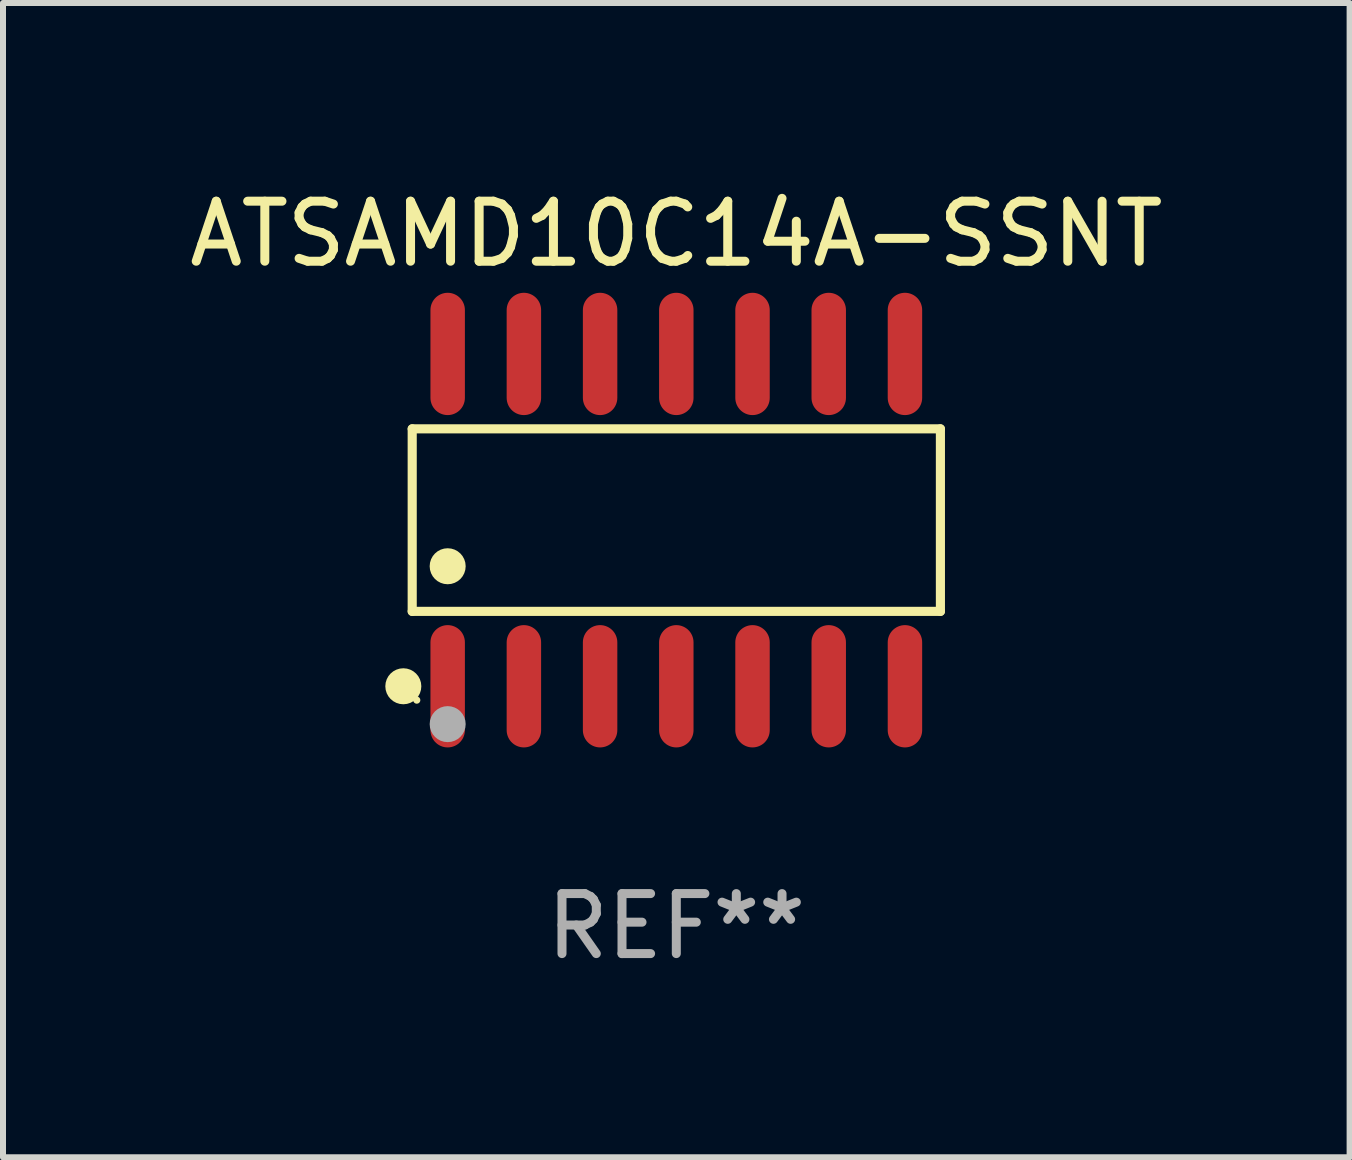
<source format=kicad_pcb>
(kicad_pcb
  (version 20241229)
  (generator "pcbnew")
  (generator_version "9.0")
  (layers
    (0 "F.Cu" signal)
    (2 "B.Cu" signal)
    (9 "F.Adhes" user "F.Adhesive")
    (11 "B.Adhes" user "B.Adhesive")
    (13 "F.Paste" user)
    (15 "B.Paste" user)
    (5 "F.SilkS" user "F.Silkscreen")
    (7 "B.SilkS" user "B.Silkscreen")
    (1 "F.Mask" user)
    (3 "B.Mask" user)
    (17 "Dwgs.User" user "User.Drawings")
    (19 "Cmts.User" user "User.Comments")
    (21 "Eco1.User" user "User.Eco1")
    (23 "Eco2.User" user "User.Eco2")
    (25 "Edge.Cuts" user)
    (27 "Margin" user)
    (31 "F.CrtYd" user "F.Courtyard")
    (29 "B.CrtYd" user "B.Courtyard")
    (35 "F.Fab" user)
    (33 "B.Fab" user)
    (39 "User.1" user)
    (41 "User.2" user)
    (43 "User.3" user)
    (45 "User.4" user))
  (footprint "ATSAMD10C14A-SSNT"
    (layer "F.Cu")
    (at 8.22 5.617)
    (property "Reference" "ATSAMD10C14A-SSNT" (at 0 -4.769 0) (layer "F.SilkS") (effects (font (size 1 1) (thickness 0.15))))
    (attr through_hole)
    (fp_line (start -4.401 -1.521) (end 4.401 -1.521) (stroke (width 0.152) (type solid)) (layer "F.SilkS"))
    (fp_line (start -4.401 1.521) (end -4.401 -1.521) (stroke (width 0.152) (type solid)) (layer "F.SilkS"))
    (fp_line (start 4.401 -1.521) (end 4.401 1.521) (stroke (width 0.152) (type solid)) (layer "F.SilkS"))
    (fp_line (start 4.401 1.521) (end -4.401 1.521) (stroke (width 0.152) (type solid)) (layer "F.SilkS"))
    (fp_circle (center -4.549 2.769) (end -4.399 2.769) (stroke (width 0.3) (type solid)) (fill no) (layer "F.SilkS"))
    (fp_circle (center -4.325 3) (end -4.295 3) (stroke (width 0.06) (type solid)) (fill no) (layer "F.SilkS"))
    (fp_circle (center -3.81 0.769) (end -3.66 0.769) (stroke (width 0.3) (type solid)) (fill no) (layer "F.SilkS"))
    (fp_circle (center -3.81 3.4) (end -3.66 3.4) (stroke (width 0.3) (type solid)) (fill no) (layer "F.Fab"))
    (fp_text user "REF**" (at 0 6.769 0) (layer "F.Fab") (effects (font (size 1 1) (thickness 0.15))))
    (pad "1" smd oval (at -3.81 2.769) (size 0.574 2.038) (layers "F.Cu" "F.Mask" "F.Paste"))
    (pad "2" smd oval (at -2.54 2.769) (size 0.574 2.038) (layers "F.Cu" "F.Mask" "F.Paste"))
    (pad "3" smd oval (at -1.27 2.769) (size 0.574 2.038) (layers "F.Cu" "F.Mask" "F.Paste"))
    (pad "4" smd oval (at 0 2.769) (size 0.574 2.038) (layers "F.Cu" "F.Mask" "F.Paste"))
    (pad "5" smd oval (at 1.27 2.769) (size 0.574 2.038) (layers "F.Cu" "F.Mask" "F.Paste"))
    (pad "6" smd oval (at 2.54 2.769) (size 0.574 2.038) (layers "F.Cu" "F.Mask" "F.Paste"))
    (pad "7" smd oval (at 3.81 2.769) (size 0.574 2.038) (layers "F.Cu" "F.Mask" "F.Paste"))
    (pad "8" smd oval (at 3.81 -2.769) (size 0.574 2.038) (layers "F.Cu" "F.Mask" "F.Paste"))
    (pad "9" smd oval (at 2.54 -2.769) (size 0.574 2.038) (layers "F.Cu" "F.Mask" "F.Paste"))
    (pad "10" smd oval (at 1.27 -2.769) (size 0.574 2.038) (layers "F.Cu" "F.Mask" "F.Paste"))
    (pad "11" smd oval (at 0 -2.769) (size 0.574 2.038) (layers "F.Cu" "F.Mask" "F.Paste"))
    (pad "12" smd oval (at -1.27 -2.769) (size 0.574 2.038) (layers "F.Cu" "F.Mask" "F.Paste"))
    (pad "13" smd oval (at -2.54 -2.769) (size 0.574 2.038) (layers "F.Cu" "F.Mask" "F.Paste"))
    (pad "14" smd oval (at -3.81 -2.769) (size 0.574 2.038) (layers "F.Cu" "F.Mask" "F.Paste")))
  (gr_rect
    (start -3 -3)
    (end 19.44 16.235)
    (stroke (width 0.1) (type default))
    (fill no)
    (layer "Edge.Cuts")))
</source>
